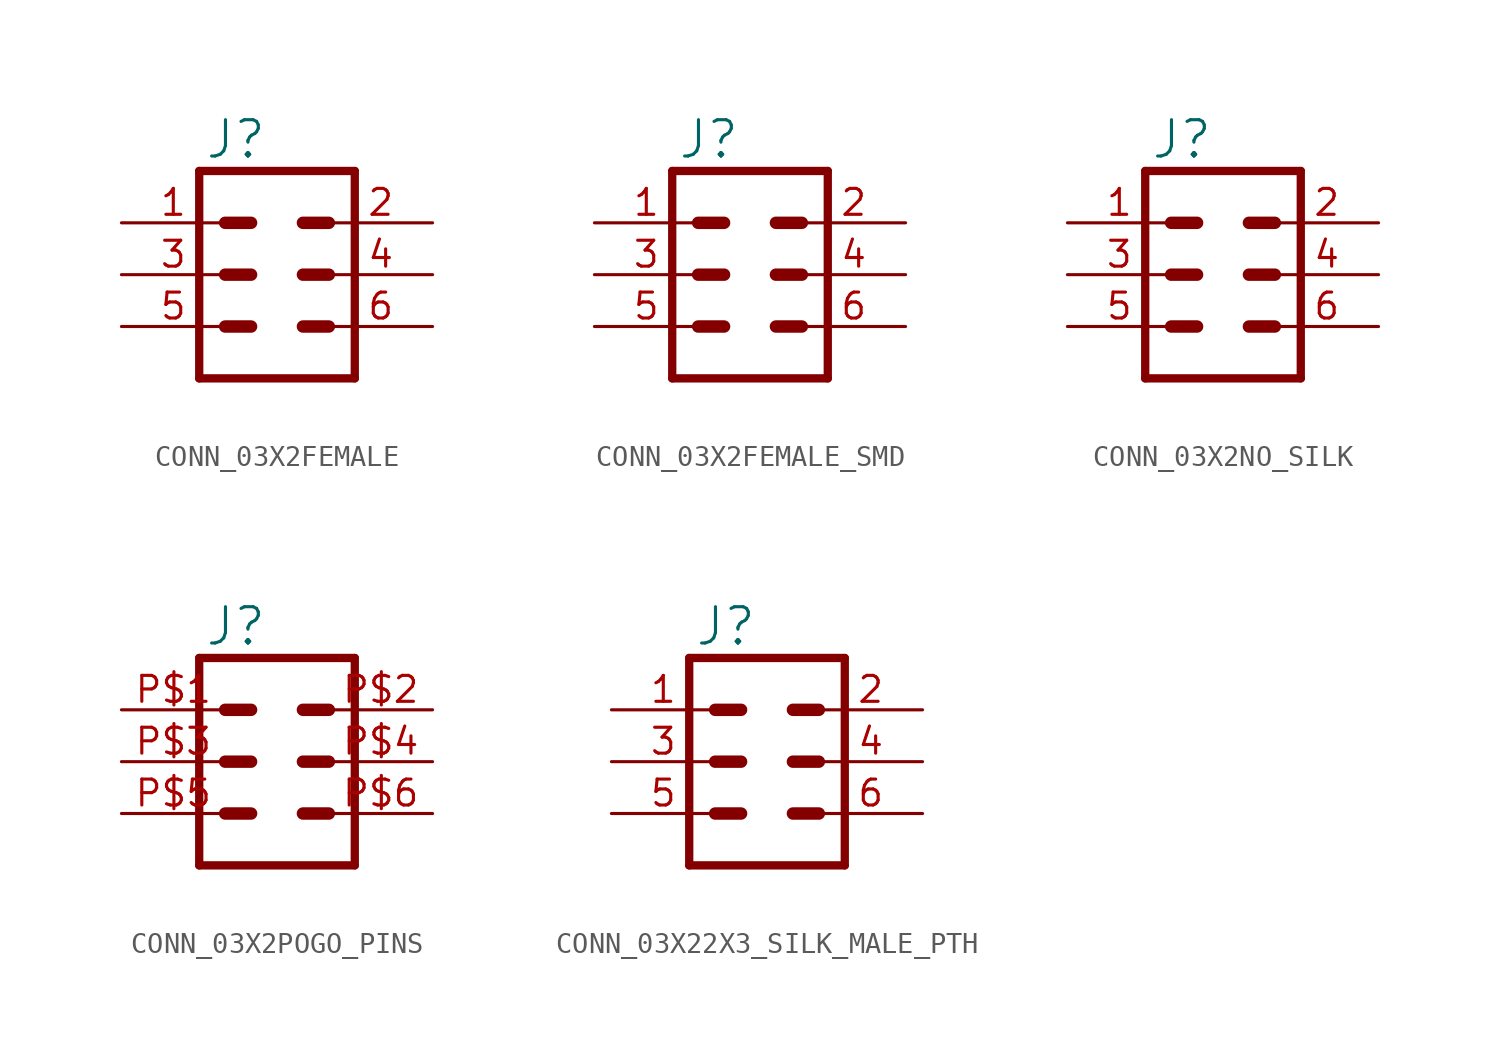
<source format=kicad_sym>
(kicad_symbol_lib
  (version 20231120)
  (generator "kicad_symbol_editor")
  (generator_version "8.0")
  (symbol "CONN_03X2FEMALE"
    (property "Reference" "J"
      (at -3.556 5.588 0)
      (effects (font (size 1.778 1.778)) (justify left bottom)))
    (property "Value" ""
      (at -3.302 -5.842 0)
      (effects (font (size 1.778 1.778)) (justify left top)))
    (property "ki_locked" ""
      (at 0 0 0)
      (effects (font (size 1.27 1.27))))
    (symbol "CONN_03X2FEMALE_1_0"
      (polyline (pts (xy -3.81 5.08) (xy -3.81 -5.08)) (stroke (width 0.406) (type solid)) (fill (type none)))
      (polyline (pts (xy -3.81 5.08) (xy 3.81 5.08)) (stroke (width 0.406) (type solid)) (fill (type none)))
      (polyline (pts (xy -1.27 -2.54) (xy -2.54 -2.54)) (stroke (width 0.61) (type solid)) (fill (type none)))
      (polyline (pts (xy -1.27 0) (xy -2.54 0)) (stroke (width 0.61) (type solid)) (fill (type none)))
      (polyline (pts (xy -1.27 2.54) (xy -2.54 2.54)) (stroke (width 0.61) (type solid)) (fill (type none)))
      (polyline (pts (xy 1.27 -2.54) (xy 2.54 -2.54)) (stroke (width 0.61) (type solid)) (fill (type none)))
      (polyline (pts (xy 1.27 0) (xy 2.54 0)) (stroke (width 0.61) (type solid)) (fill (type none)))
      (polyline (pts (xy 1.27 2.54) (xy 2.54 2.54)) (stroke (width 0.61) (type solid)) (fill (type none)))
      (polyline (pts (xy 3.81 -5.08) (xy -3.81 -5.08)) (stroke (width 0.406) (type solid)) (fill (type none)))
      (polyline (pts (xy 3.81 -5.08) (xy 3.81 5.08)) (stroke (width 0.406) (type solid)) (fill (type none)))
      (pin bidirectional line (at -7.62 2.54 0) (length 5.08) (name "1" (effects (font (size 0 0)))) (number "1" (effects (font (size 1.27 1.27)))))
      (pin bidirectional line (at 7.62 2.54 180) (length 5.08) (name "2" (effects (font (size 0 0)))) (number "2" (effects (font (size 1.27 1.27)))))
      (pin bidirectional line (at -7.62 0 0) (length 5.08) (name "3" (effects (font (size 0 0)))) (number "3" (effects (font (size 1.27 1.27)))))
      (pin bidirectional line (at 7.62 0 180) (length 5.08) (name "4" (effects (font (size 0 0)))) (number "4" (effects (font (size 1.27 1.27)))))
      (pin bidirectional line (at -7.62 -2.54 0) (length 5.08) (name "5" (effects (font (size 0 0)))) (number "5" (effects (font (size 1.27 1.27)))))
      (pin bidirectional line (at 7.62 -2.54 180) (length 5.08) (name "6" (effects (font (size 0 0)))) (number "6" (effects (font (size 1.27 1.27)))))))
  (symbol "CONN_03X2FEMALE_SMD"
    (property "Reference" "J"
      (at -3.556 5.588 0)
      (effects (font (size 1.778 1.778)) (justify left bottom)))
    (property "Value" ""
      (at -3.302 -5.842 0)
      (effects (font (size 1.778 1.778)) (justify left top)))
    (property "ki_locked" ""
      (at 0 0 0)
      (effects (font (size 1.27 1.27))))
    (symbol "CONN_03X2FEMALE_SMD_1_0"
      (polyline (pts (xy -3.81 5.08) (xy -3.81 -5.08)) (stroke (width 0.406) (type solid)) (fill (type none)))
      (polyline (pts (xy -3.81 5.08) (xy 3.81 5.08)) (stroke (width 0.406) (type solid)) (fill (type none)))
      (polyline (pts (xy -1.27 -2.54) (xy -2.54 -2.54)) (stroke (width 0.61) (type solid)) (fill (type none)))
      (polyline (pts (xy -1.27 0) (xy -2.54 0)) (stroke (width 0.61) (type solid)) (fill (type none)))
      (polyline (pts (xy -1.27 2.54) (xy -2.54 2.54)) (stroke (width 0.61) (type solid)) (fill (type none)))
      (polyline (pts (xy 1.27 -2.54) (xy 2.54 -2.54)) (stroke (width 0.61) (type solid)) (fill (type none)))
      (polyline (pts (xy 1.27 0) (xy 2.54 0)) (stroke (width 0.61) (type solid)) (fill (type none)))
      (polyline (pts (xy 1.27 2.54) (xy 2.54 2.54)) (stroke (width 0.61) (type solid)) (fill (type none)))
      (polyline (pts (xy 3.81 -5.08) (xy -3.81 -5.08)) (stroke (width 0.406) (type solid)) (fill (type none)))
      (polyline (pts (xy 3.81 -5.08) (xy 3.81 5.08)) (stroke (width 0.406) (type solid)) (fill (type none)))
      (pin bidirectional line (at -7.62 2.54 0) (length 5.08) (name "1" (effects (font (size 0 0)))) (number "1" (effects (font (size 1.27 1.27)))))
      (pin bidirectional line (at 7.62 2.54 180) (length 5.08) (name "2" (effects (font (size 0 0)))) (number "2" (effects (font (size 1.27 1.27)))))
      (pin bidirectional line (at -7.62 0 0) (length 5.08) (name "3" (effects (font (size 0 0)))) (number "3" (effects (font (size 1.27 1.27)))))
      (pin bidirectional line (at 7.62 0 180) (length 5.08) (name "4" (effects (font (size 0 0)))) (number "4" (effects (font (size 1.27 1.27)))))
      (pin bidirectional line (at -7.62 -2.54 0) (length 5.08) (name "5" (effects (font (size 0 0)))) (number "5" (effects (font (size 1.27 1.27)))))
      (pin bidirectional line (at 7.62 -2.54 180) (length 5.08) (name "6" (effects (font (size 0 0)))) (number "6" (effects (font (size 1.27 1.27)))))))
  (symbol "CONN_03X2NO_SILK"
    (property "Reference" "J"
      (at -3.556 5.588 0)
      (effects (font (size 1.778 1.778)) (justify left bottom)))
    (property "Value" ""
      (at -3.302 -5.842 0)
      (effects (font (size 1.778 1.778)) (justify left top)))
    (property "ki_locked" ""
      (at 0 0 0)
      (effects (font (size 1.27 1.27))))
    (symbol "CONN_03X2NO_SILK_1_0"
      (polyline (pts (xy -3.81 5.08) (xy -3.81 -5.08)) (stroke (width 0.406) (type solid)) (fill (type none)))
      (polyline (pts (xy -3.81 5.08) (xy 3.81 5.08)) (stroke (width 0.406) (type solid)) (fill (type none)))
      (polyline (pts (xy -1.27 -2.54) (xy -2.54 -2.54)) (stroke (width 0.61) (type solid)) (fill (type none)))
      (polyline (pts (xy -1.27 0) (xy -2.54 0)) (stroke (width 0.61) (type solid)) (fill (type none)))
      (polyline (pts (xy -1.27 2.54) (xy -2.54 2.54)) (stroke (width 0.61) (type solid)) (fill (type none)))
      (polyline (pts (xy 1.27 -2.54) (xy 2.54 -2.54)) (stroke (width 0.61) (type solid)) (fill (type none)))
      (polyline (pts (xy 1.27 0) (xy 2.54 0)) (stroke (width 0.61) (type solid)) (fill (type none)))
      (polyline (pts (xy 1.27 2.54) (xy 2.54 2.54)) (stroke (width 0.61) (type solid)) (fill (type none)))
      (polyline (pts (xy 3.81 -5.08) (xy -3.81 -5.08)) (stroke (width 0.406) (type solid)) (fill (type none)))
      (polyline (pts (xy 3.81 -5.08) (xy 3.81 5.08)) (stroke (width 0.406) (type solid)) (fill (type none)))
      (pin bidirectional line (at -7.62 2.54 0) (length 5.08) (name "1" (effects (font (size 0 0)))) (number "1" (effects (font (size 1.27 1.27)))))
      (pin bidirectional line (at 7.62 2.54 180) (length 5.08) (name "2" (effects (font (size 0 0)))) (number "2" (effects (font (size 1.27 1.27)))))
      (pin bidirectional line (at -7.62 0 0) (length 5.08) (name "3" (effects (font (size 0 0)))) (number "3" (effects (font (size 1.27 1.27)))))
      (pin bidirectional line (at 7.62 0 180) (length 5.08) (name "4" (effects (font (size 0 0)))) (number "4" (effects (font (size 1.27 1.27)))))
      (pin bidirectional line (at -7.62 -2.54 0) (length 5.08) (name "5" (effects (font (size 0 0)))) (number "5" (effects (font (size 1.27 1.27)))))
      (pin bidirectional line (at 7.62 -2.54 180) (length 5.08) (name "6" (effects (font (size 0 0)))) (number "6" (effects (font (size 1.27 1.27)))))))
  (symbol "CONN_03X2POGO_PINS"
    (property "Reference" "J"
      (at -3.556 5.588 0)
      (effects (font (size 1.778 1.778)) (justify left bottom)))
    (property "Value" ""
      (at -3.302 -5.842 0)
      (effects (font (size 1.778 1.778)) (justify left top)))
    (property "ki_locked" ""
      (at 0 0 0)
      (effects (font (size 1.27 1.27))))
    (symbol "CONN_03X2POGO_PINS_1_0"
      (polyline (pts (xy -3.81 5.08) (xy -3.81 -5.08)) (stroke (width 0.406) (type solid)) (fill (type none)))
      (polyline (pts (xy -3.81 5.08) (xy 3.81 5.08)) (stroke (width 0.406) (type solid)) (fill (type none)))
      (polyline (pts (xy -1.27 -2.54) (xy -2.54 -2.54)) (stroke (width 0.61) (type solid)) (fill (type none)))
      (polyline (pts (xy -1.27 0) (xy -2.54 0)) (stroke (width 0.61) (type solid)) (fill (type none)))
      (polyline (pts (xy -1.27 2.54) (xy -2.54 2.54)) (stroke (width 0.61) (type solid)) (fill (type none)))
      (polyline (pts (xy 1.27 -2.54) (xy 2.54 -2.54)) (stroke (width 0.61) (type solid)) (fill (type none)))
      (polyline (pts (xy 1.27 0) (xy 2.54 0)) (stroke (width 0.61) (type solid)) (fill (type none)))
      (polyline (pts (xy 1.27 2.54) (xy 2.54 2.54)) (stroke (width 0.61) (type solid)) (fill (type none)))
      (polyline (pts (xy 3.81 -5.08) (xy -3.81 -5.08)) (stroke (width 0.406) (type solid)) (fill (type none)))
      (polyline (pts (xy 3.81 -5.08) (xy 3.81 5.08)) (stroke (width 0.406) (type solid)) (fill (type none)))
      (pin bidirectional line (at -7.62 2.54 0) (length 5.08) (name "1" (effects (font (size 0 0)))) (number "P$1" (effects (font (size 1.27 1.27)))))
      (pin bidirectional line (at 7.62 2.54 180) (length 5.08) (name "2" (effects (font (size 0 0)))) (number "P$2" (effects (font (size 1.27 1.27)))))
      (pin bidirectional line (at -7.62 0 0) (length 5.08) (name "3" (effects (font (size 0 0)))) (number "P$3" (effects (font (size 1.27 1.27)))))
      (pin bidirectional line (at 7.62 0 180) (length 5.08) (name "4" (effects (font (size 0 0)))) (number "P$4" (effects (font (size 1.27 1.27)))))
      (pin bidirectional line (at -7.62 -2.54 0) (length 5.08) (name "5" (effects (font (size 0 0)))) (number "P$5" (effects (font (size 1.27 1.27)))))
      (pin bidirectional line (at 7.62 -2.54 180) (length 5.08) (name "6" (effects (font (size 0 0)))) (number "P$6" (effects (font (size 1.27 1.27)))))))
  (symbol "CONN_03X22X3_SILK_MALE_PTH"
    (property "Reference" "J"
      (at -3.556 5.588 0)
      (effects (font (size 1.778 1.778)) (justify left bottom)))
    (property "Value" ""
      (at -3.302 -5.842 0)
      (effects (font (size 1.778 1.778)) (justify left top)))
    (property "ki_locked" ""
      (at 0 0 0)
      (effects (font (size 1.27 1.27))))
    (symbol "CONN_03X22X3_SILK_MALE_PTH_1_0"
      (polyline (pts (xy -3.81 5.08) (xy -3.81 -5.08)) (stroke (width 0.406) (type solid)) (fill (type none)))
      (polyline (pts (xy -3.81 5.08) (xy 3.81 5.08)) (stroke (width 0.406) (type solid)) (fill (type none)))
      (polyline (pts (xy -1.27 -2.54) (xy -2.54 -2.54)) (stroke (width 0.61) (type solid)) (fill (type none)))
      (polyline (pts (xy -1.27 0) (xy -2.54 0)) (stroke (width 0.61) (type solid)) (fill (type none)))
      (polyline (pts (xy -1.27 2.54) (xy -2.54 2.54)) (stroke (width 0.61) (type solid)) (fill (type none)))
      (polyline (pts (xy 1.27 -2.54) (xy 2.54 -2.54)) (stroke (width 0.61) (type solid)) (fill (type none)))
      (polyline (pts (xy 1.27 0) (xy 2.54 0)) (stroke (width 0.61) (type solid)) (fill (type none)))
      (polyline (pts (xy 1.27 2.54) (xy 2.54 2.54)) (stroke (width 0.61) (type solid)) (fill (type none)))
      (polyline (pts (xy 3.81 -5.08) (xy -3.81 -5.08)) (stroke (width 0.406) (type solid)) (fill (type none)))
      (polyline (pts (xy 3.81 -5.08) (xy 3.81 5.08)) (stroke (width 0.406) (type solid)) (fill (type none)))
      (pin bidirectional line (at -7.62 2.54 0) (length 5.08) (name "1" (effects (font (size 0 0)))) (number "1" (effects (font (size 1.27 1.27)))))
      (pin bidirectional line (at 7.62 2.54 180) (length 5.08) (name "2" (effects (font (size 0 0)))) (number "2" (effects (font (size 1.27 1.27)))))
      (pin bidirectional line (at -7.62 0 0) (length 5.08) (name "3" (effects (font (size 0 0)))) (number "3" (effects (font (size 1.27 1.27)))))
      (pin bidirectional line (at 7.62 0 180) (length 5.08) (name "4" (effects (font (size 0 0)))) (number "4" (effects (font (size 1.27 1.27)))))
      (pin bidirectional line (at -7.62 -2.54 0) (length 5.08) (name "5" (effects (font (size 0 0)))) (number "5" (effects (font (size 1.27 1.27)))))
      (pin bidirectional line (at 7.62 -2.54 180) (length 5.08) (name "6" (effects (font (size 0 0)))) (number "6" (effects (font (size 1.27 1.27))))))))
</source>
